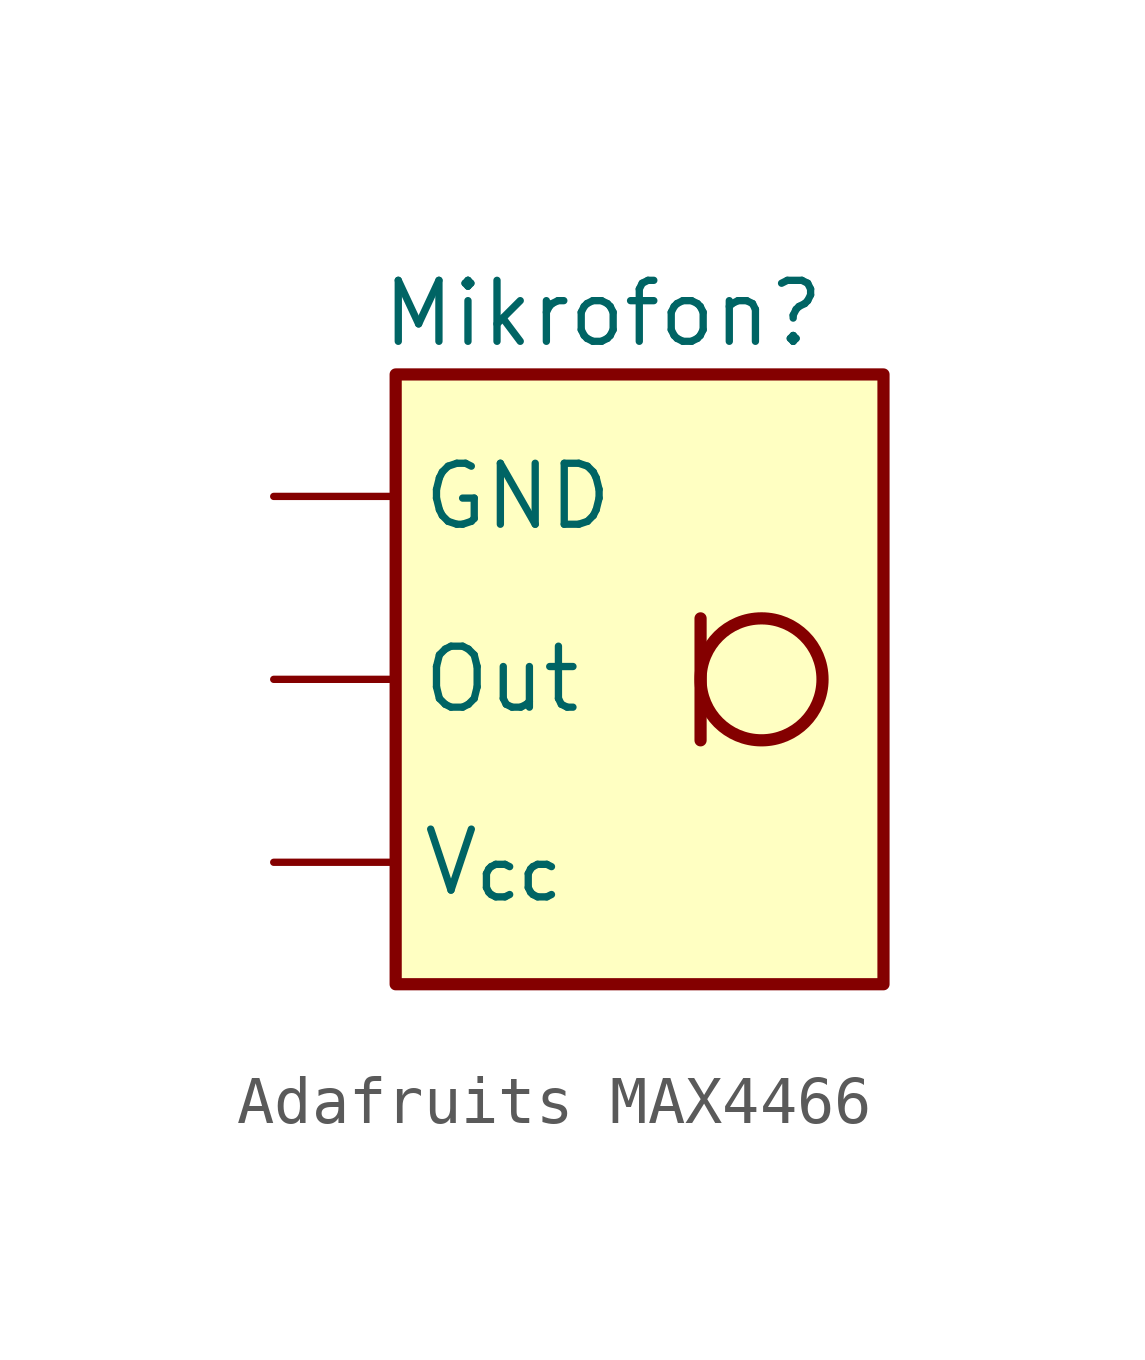
<source format=kicad_sym>
(kicad_symbol_lib
  (version 20231120)
  (generator "kicad_symbol_editor")
  (generator_version "8.0")
  (symbol "Adafruits MAX4466 "
    (property "Reference" "Mikrofon"
      (at -0.762 7.62 0)
      (effects (font (size 1.27 1.27))))
    (property "Value" ""
      (at -1.27 -2.54 0)
      (effects (font (size 1.27 1.27))))
    (symbol "Adafruits MAX4466 _0_1"
      (polyline (pts (xy 1.27 1.27) (xy 1.27 -1.27)) (stroke (width 0.254) (type default)) (fill (type none)))
      (circle (center 2.54 0) (radius 1.27) (stroke (width 0.254) (type default)) (fill (type none))))
    (symbol "Adafruits MAX4466 _1_1"
      (rectangle (start -5.08 6.35) (end 5.08 -6.35) (stroke (width 0.254) (type default)) (fill (type color) (color 255 255 194 1)))
      (pin input line (at -7.62 3.81 0) (length 2.54) (name "GND" (effects (font (size 1.27 1.27)))) (number "" (effects (font (size 1.27 1.27)))))
      (pin input line (at -7.62 0 0) (length 2.54) (name "Out" (effects (font (size 1.27 1.27)))) (number "" (effects (font (size 1.27 1.27)))))
      (pin input line (at -7.62 -3.81 0) (length 2.54) (name "V_{cc}" (effects (font (size 1.27 1.27)))) (number "" (effects (font (size 1.27 1.27))))))))
</source>
